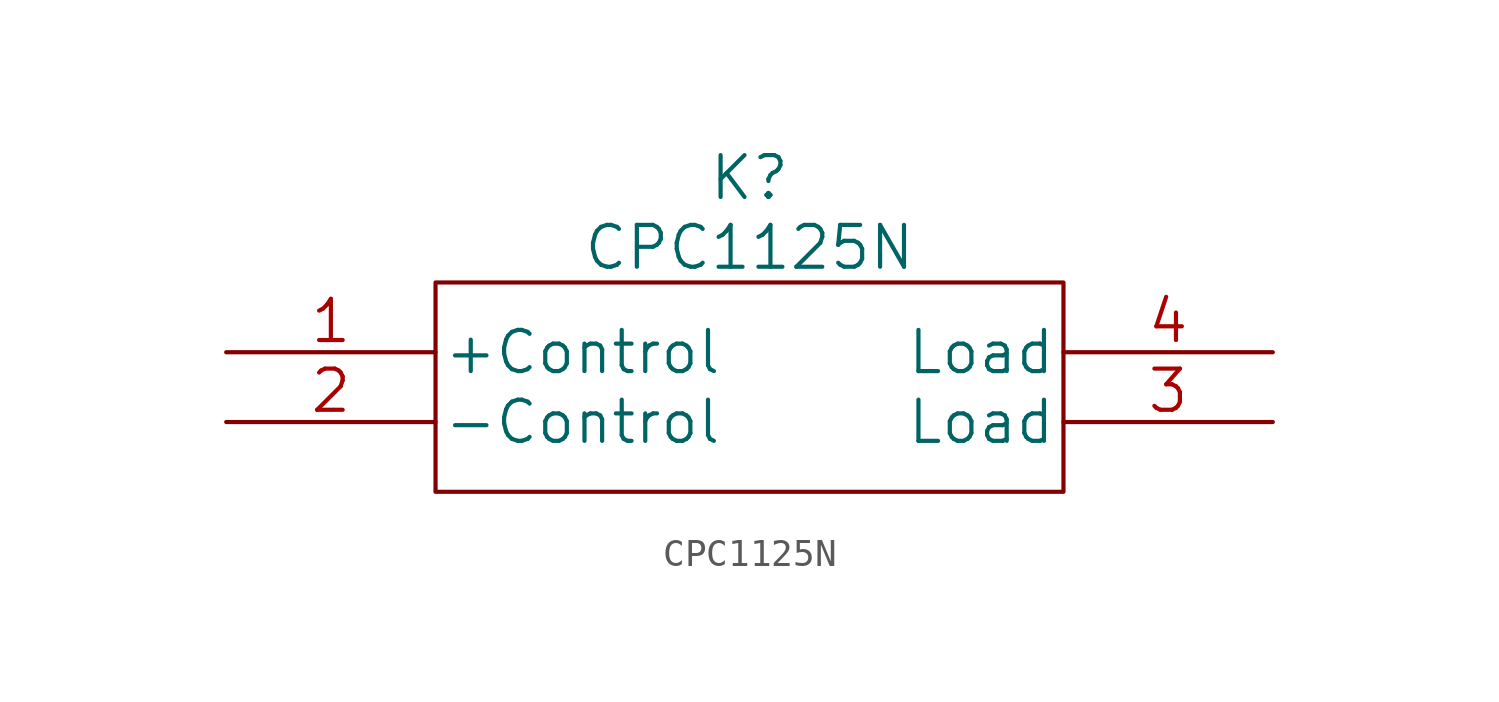
<source format=kicad_sym>
(kicad_symbol_lib
  (version 20210619)
  (generator kicad_symbol_editor)
  (symbol "CPC1125N:CPC1125N"
    (pin_names
      (offset 0.254))
    (property "Reference" "K"
      (at 0 7.62 0)
      (effects (font (size 1.524 1.524))))
    (property "Value" "CPC1125N"
      (at 0 5.08 0)
      (effects (font (size 1.524 1.524))))
    (property "Datasheet" ""
      (at -1.27 1.27 0)
      (effects (font (size 1.524 1.524))))
    (property "ki_locked" ""
      (at 0 0 0)
      (effects (font (size 1.27 1.27))))
    (symbol "CPC1125N_1_1"
      (rectangle (start -11.43 3.81) (end 11.43 -3.81) (stroke (width 0.152)) (fill (type none)))
      (pin unspecified line (at -19.05 1.27 0) (length 7.62) (name "+Control" (effects (font (size 1.499 1.499)))) (number "1" (effects (font (size 1.499 1.499)))))
      (pin unspecified line (at -19.05 -1.27 0) (length 7.62) (name "-Control" (effects (font (size 1.499 1.499)))) (number "2" (effects (font (size 1.499 1.499)))))
      (pin unspecified line (at 19.05 -1.27 180) (length 7.62) (name "Load" (effects (font (size 1.499 1.499)))) (number "3" (effects (font (size 1.499 1.499)))))
      (pin unspecified line (at 19.05 1.27 180) (length 7.62) (name "Load" (effects (font (size 1.499 1.499)))) (number "4" (effects (font (size 1.499 1.499))))))))
</source>
